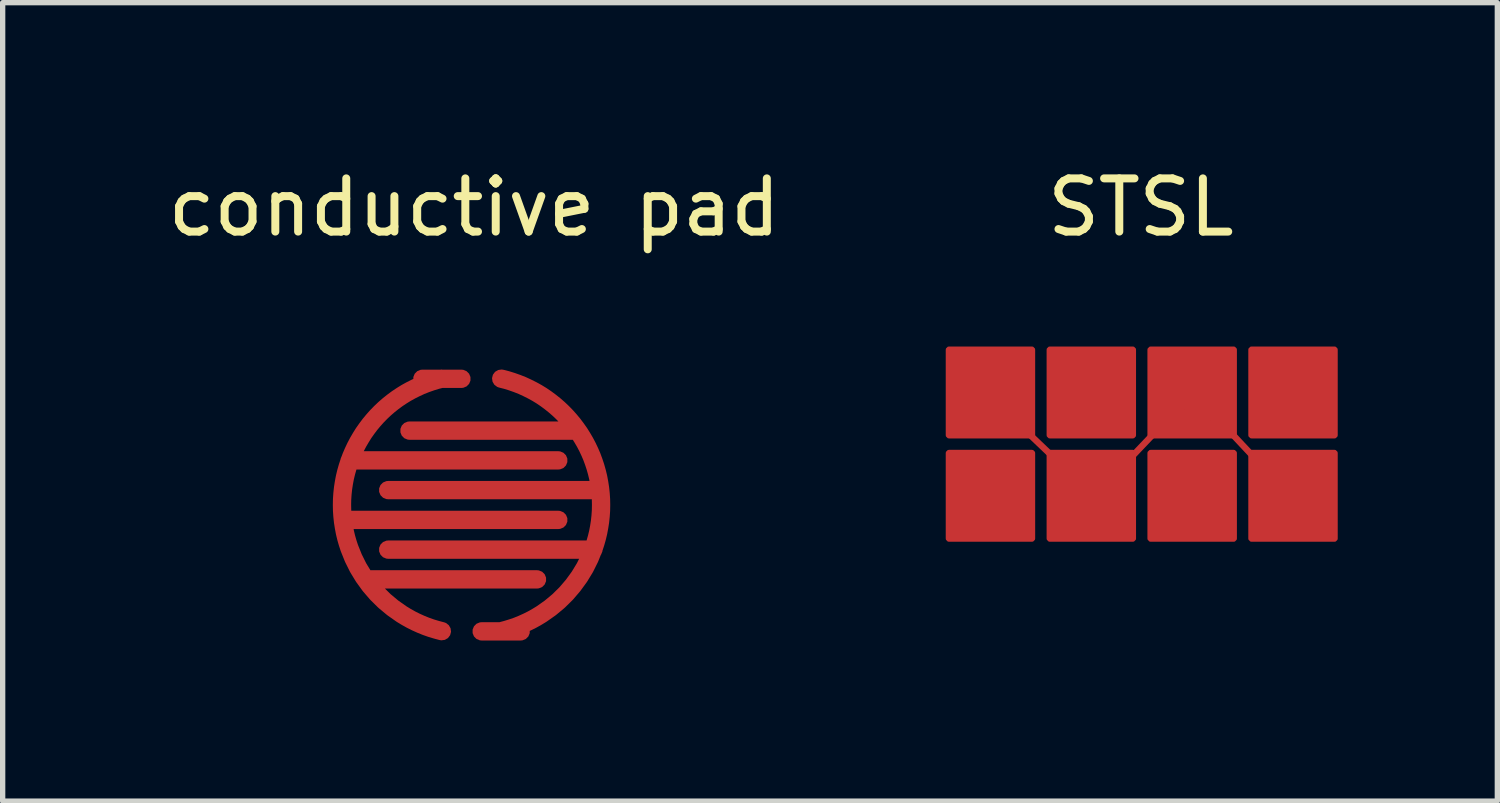
<source format=kicad_pcb>
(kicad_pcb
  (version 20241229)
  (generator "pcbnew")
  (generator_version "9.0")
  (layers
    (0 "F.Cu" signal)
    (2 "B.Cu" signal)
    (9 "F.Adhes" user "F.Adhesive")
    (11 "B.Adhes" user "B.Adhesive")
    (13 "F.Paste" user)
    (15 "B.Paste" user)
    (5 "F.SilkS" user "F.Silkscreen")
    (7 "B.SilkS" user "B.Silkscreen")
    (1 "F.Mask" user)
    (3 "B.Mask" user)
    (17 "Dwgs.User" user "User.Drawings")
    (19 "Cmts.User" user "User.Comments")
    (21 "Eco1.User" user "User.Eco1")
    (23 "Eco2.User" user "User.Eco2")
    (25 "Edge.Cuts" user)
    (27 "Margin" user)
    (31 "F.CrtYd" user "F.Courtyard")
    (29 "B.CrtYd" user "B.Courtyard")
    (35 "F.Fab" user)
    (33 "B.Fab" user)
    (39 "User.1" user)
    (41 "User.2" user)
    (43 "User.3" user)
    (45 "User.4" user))
  (footprint "STSL"
    (layer "F.Cu")
    (at 18.393 5.298)
    (property "Reference" "STSL" (at 0 -4.45 0) (unlocked yes) (layer "F.SilkS") (effects (font (size 1 1) (thickness 0.15))))
    (attr smd)
    (fp_rect (start -3.607 -1.775) (end 3.641 1.775) (stroke (width 0.12) (type solid)) (fill yes) (layer "F.Mask"))
    (pad "1" smd custom (at -2.85 -0.975) (size 0.962 0.962) (layers "F.Cu" "F.Mask" "F.Paste") (options (anchor circle)) (primitives (gr_poly (pts (xy 0.348 -0.463) (xy 0.426 -0.411) (xy 0.478 -0.333) (xy 0.496 -0.24) (xy 0.496 0.24) (xy 0.478 0.333) (xy 0.426 0.411) (xy 0.348 0.463) (xy 0.256 0.481) (xy -0.256 0.481) (xy -0.348 0.463) (xy -0.426 0.411) (xy -0.478 0.333) (xy -0.496 0.24) (xy -0.496 -0.24) (xy -0.478 -0.333) (xy -0.426 -0.411) (xy -0.348 -0.463) (xy -0.256 -0.481) (xy 0.256 -0.481)) (width 0) (fill yes)) (gr_rect (start -0.757 -0.8) (end 0.804 0.808) (width 0.12) (fill yes))))
    (pad "1" smd roundrect (at -1.9 0 135) (size 1.293 0.025) (layers "F.Cu" "F.Mask" "F.Paste") (roundrect_rratio 0.25))
    (pad "1" smd custom (at -0.95 0.975) (size 0.962 0.962) (layers "F.Cu" "F.Mask" "F.Paste") (options (anchor circle)) (primitives (gr_poly (pts (xy 0.348 -0.463) (xy 0.426 -0.411) (xy 0.478 -0.333) (xy 0.496 -0.24) (xy 0.496 0.24) (xy 0.478 0.333) (xy 0.426 0.411) (xy 0.348 0.463) (xy 0.256 0.481) (xy -0.256 0.481) (xy -0.348 0.463) (xy -0.426 0.411) (xy -0.478 0.333) (xy -0.496 0.24) (xy -0.496 -0.24) (xy -0.478 -0.333) (xy -0.426 -0.411) (xy -0.348 -0.463) (xy -0.256 -0.481) (xy 0.256 -0.481)) (width 0) (fill yes)) (gr_rect (start -0.761 -0.808) (end 0.8 0.8) (width 0.12) (fill yes))))
    (pad "1" smd roundrect (at 0 0.05 225) (size 1.293 0.025) (layers "F.Cu" "F.Mask" "F.Paste") (roundrect_rratio 0.25))
    (pad "1" smd custom (at 0.95 -0.975) (size 0.962 0.962) (layers "F.Cu" "F.Mask" "F.Paste") (options (anchor circle)) (primitives (gr_poly (pts (xy 0.348 -0.463) (xy 0.426 -0.411) (xy 0.478 -0.333) (xy 0.496 -0.24) (xy 0.496 0.24) (xy 0.478 0.333) (xy 0.426 0.411) (xy 0.348 0.463) (xy 0.256 0.481) (xy -0.256 0.481) (xy -0.348 0.463) (xy -0.426 0.411) (xy -0.478 0.333) (xy -0.496 0.24) (xy -0.496 -0.24) (xy -0.478 -0.333) (xy -0.426 -0.411) (xy -0.348 -0.463) (xy -0.256 -0.481) (xy 0.256 -0.481)) (width 0) (fill yes)) (gr_rect (start -0.766 -0.8) (end 0.796 0.808) (width 0.12) (fill yes))))
    (pad "1" smd custom (at 1.937 0.045 135) (size 0.025 0.025) (layers "F.Cu" "F.Mask" "F.Paste") (options (anchor circle)) (primitives (gr_poly (pts (xy -0.646 -0.006) (xy -0.646 -0.009) (xy -0.645 -0.011) (xy -0.643 -0.012) (xy -0.64 -0.013) (xy 0.64 -0.013) (xy 0.643 -0.012) (xy 0.645 -0.011) (xy 0.646 -0.009) (xy 0.646 -0.006) (xy 0.646 0.006) (xy 0.646 0.009) (xy 0.645 0.011) (xy 0.643 0.012) (xy 0.64 0.013) (xy -0.64 0.013) (xy -0.643 0.012) (xy -0.645 0.011) (xy -0.646 0.009) (xy -0.646 0.006)) (width 0) (fill yes)) (gr_line (start 0.712 0.023) (end -0.712 -0.023) (width 0.12)) (gr_line (start 1.384 -0.436) (end 0.712 0.023) (width 0.12)) (gr_line (start 1.348 -1.886) (end 1.384 -0.436) (width 0.12)) (gr_line (start 1.966 -2.664) (end 1.348 -1.886) (width 0.12)) (gr_line (start 3.524 -2.699) (end 1.966 -2.664) (width 0.12))))
    (pad "1" smd custom (at 2.85 0.975) (size 0.962 0.962) (layers "F.Cu" "F.Mask" "F.Paste") (options (anchor circle)) (primitives (gr_poly (pts (xy 0.348 -0.463) (xy 0.426 -0.411) (xy 0.478 -0.333) (xy 0.496 -0.24) (xy 0.496 0.24) (xy 0.478 0.333) (xy 0.426 0.411) (xy 0.348 0.463) (xy 0.256 0.481) (xy -0.256 0.481) (xy -0.348 0.463) (xy -0.426 0.411) (xy -0.478 0.333) (xy -0.496 0.24) (xy -0.496 -0.24) (xy -0.478 -0.333) (xy -0.426 -0.411) (xy -0.348 -0.463) (xy -0.256 -0.481) (xy 0.256 -0.481)) (width 0) (fill yes)) (gr_rect (start -0.77 -0.808) (end 0.791 0.8) (width 0.12) (fill yes))))
    (pad "2" smd custom (at -2.8 1.025) (size 0.962 0.962) (layers "F.Cu" "F.Mask" "F.Paste") (options (anchor circle)) (primitives (gr_poly (pts (xy 0.348 -0.463) (xy 0.426 -0.411) (xy 0.478 -0.333) (xy 0.496 -0.24) (xy 0.496 0.24) (xy 0.478 0.333) (xy 0.426 0.411) (xy 0.348 0.463) (xy 0.256 0.481) (xy -0.256 0.481) (xy -0.348 0.463) (xy -0.426 0.411) (xy -0.478 0.333) (xy -0.496 0.24) (xy -0.496 -0.24) (xy -0.478 -0.333) (xy -0.426 -0.411) (xy -0.348 -0.463) (xy -0.256 -0.481) (xy 0.256 -0.481)) (width 0) (fill yes)) (gr_rect (start -0.807 -0.858) (end 0.754 0.75) (width 0.12) (fill yes))))
    (pad "2" smd custom (at -0.95 -0.975) (size 0.962 0.962) (layers "F.Cu" "F.Mask" "F.Paste") (options (anchor circle)) (primitives (gr_poly (pts (xy 0.348 -0.463) (xy 0.426 -0.411) (xy 0.478 -0.333) (xy 0.496 -0.24) (xy 0.496 0.24) (xy 0.478 0.333) (xy 0.426 0.411) (xy 0.348 0.463) (xy 0.256 0.481) (xy -0.256 0.481) (xy -0.348 0.463) (xy -0.426 0.411) (xy -0.478 0.333) (xy -0.496 0.24) (xy -0.496 -0.24) (xy -0.478 -0.333) (xy -0.426 -0.411) (xy -0.348 -0.463) (xy -0.256 -0.481) (xy 0.256 -0.481)) (width 0) (fill yes)) (gr_rect (start -0.761 -0.8) (end 0.8 0.808) (width 0.12) (fill yes))))
    (pad "2" smd custom (at 0.95 0.975) (size 0.962 0.962) (layers "F.Cu" "F.Mask" "F.Paste") (options (anchor circle)) (primitives (gr_poly (pts (xy 0.348 -0.463) (xy 0.426 -0.411) (xy 0.478 -0.333) (xy 0.496 -0.24) (xy 0.496 0.24) (xy 0.478 0.333) (xy 0.426 0.411) (xy 0.348 0.463) (xy 0.256 0.481) (xy -0.256 0.481) (xy -0.348 0.463) (xy -0.426 0.411) (xy -0.478 0.333) (xy -0.496 0.24) (xy -0.496 -0.24) (xy -0.478 -0.333) (xy -0.426 -0.411) (xy -0.348 -0.463) (xy -0.256 -0.481) (xy 0.256 -0.481)) (width 0) (fill yes)) (gr_rect (start -0.766 -0.808) (end 0.796 0.8) (width 0.12) (fill yes))))
    (pad "2" smd custom (at 2.85 -0.975) (size 0.962 0.962) (layers "F.Cu" "F.Mask" "F.Paste") (options (anchor circle)) (primitives (gr_poly (pts (xy 0.348 -0.463) (xy 0.426 -0.411) (xy 0.478 -0.333) (xy 0.496 -0.24) (xy 0.496 0.24) (xy 0.478 0.333) (xy 0.426 0.411) (xy 0.348 0.463) (xy 0.256 0.481) (xy -0.256 0.481) (xy -0.348 0.463) (xy -0.426 0.411) (xy -0.478 0.333) (xy -0.496 0.24) (xy -0.496 -0.24) (xy -0.478 -0.333) (xy -0.426 -0.411) (xy -0.348 -0.463) (xy -0.256 -0.481) (xy 0.256 -0.481)) (width 0) (fill yes)) (gr_rect (start -0.77 -0.8) (end 0.791 0.808) (width 0.12) (fill yes))))
    (zone (net_name "") (layer "F.Cu") (hatch edge 0.508) (connect_pads) (min_thickness 0.254) (filled_areas_thickness no) (keepout (tracks allowed) (vias not_allowed) (pads not_allowed) (copperpour not_allowed) (footprints allowed)) (placement (enabled no)) (fill) (polygon (pts (xy 14.893 3.598) (xy 21.993 3.598) (xy 21.993 6.998) (xy 14.893 6.998)))))
  (footprint "conductive pad"
    (layer "F.Cu")
    (at 5.863 6.448)
    (property "Reference" "conductive pad" (at 0 -5.6 0) (unlocked yes) (layer "F.SilkS") (effects (font (size 1 1) (thickness 0.15))))
    (attr smd)
    (fp_circle (center -0.067 0) (end 2.433 0) (stroke (width 0.12) (type solid)) (fill yes) (layer "F.Mask"))
    (pad "1" smd custom (at -0.607 -2.381) (size 0.281 0.281) (layers "F.Cu" "F.Mask" "F.Paste") (options (anchor circle)) (primitives (gr_poly (pts (xy 0.292 -0.135) (xy 0.315 -0.12) (xy 0.33 -0.097) (xy 0.336 -0.07) (xy 0.336 0.07) (xy 0.33 0.097) (xy 0.315 0.12) (xy 0.292 0.135) (xy 0.266 0.141) (xy -0.266 0.141) (xy -0.292 0.135) (xy -0.315 0.12) (xy -0.33 0.097) (xy -0.336 0.07) (xy -0.336 -0.07) (xy -0.33 -0.097) (xy -0.315 -0.12) (xy -0.292 -0.135) (xy -0.266 -0.141) (xy 0.266 -0.141)) (width 0) (fill yes)) (gr_line (start 0 0) (end -0.102 0.026) (width 0.344)) (gr_line (start -0.102 0.026) (end -0.202 0.057) (width 0.344)) (gr_line (start -0.202 0.057) (end -0.301 0.092) (width 0.344)) (gr_line (start -0.301 0.092) (end -0.397 0.13) (width 0.344)) (gr_line (start -0.397 0.13) (end -0.49 0.173) (width 0.344)) (gr_line (start -0.49 0.173) (end -0.582 0.219) (width 0.344)) (gr_line (start -0.582 0.219) (end -0.671 0.268) (width 0.344)) (gr_line (start -0.671 0.268) (end -0.758 0.322) (width 0.344)) (gr_line (start -0.758 0.322) (end -0.842 0.378) (width 0.344)) (gr_line (start -0.842 0.378) (end -0.923 0.438) (width 0.344)) (gr_line (start -0.923 0.438) (end -1.002 0.501) (width 0.344)) (gr_line (start -1.002 0.501) (end -1.078 0.567) (width 0.344)) (gr_line (start -1.078 0.567) (end -1.151 0.636) (width 0.344)) (gr_line (start -1.151 0.636) (end -1.221 0.708) (width 0.344)) (gr_line (start -1.221 0.708) (end -1.288 0.783) (width 0.344)) (gr_line (start -1.288 0.783) (end -1.352 0.86) (width 0.344)) (gr_line (start -1.352 0.86) (end -1.412 0.94) (width 0.344)) (gr_line (start -1.412 0.94) (end -1.47 1.022) (width 0.344)) (gr_line (start -1.47 1.022) (end -1.523 1.107) (width 0.344)) (gr_line (start -1.523 1.107) (end -1.574 1.194) (width 0.344)) (gr_line (start -1.574 1.194) (end -1.621 1.283) (width 0.344)) (gr_line (start -1.621 1.283) (end -1.664 1.374) (width 0.344)) (gr_line (start -1.664 1.374) (end -1.704 1.467) (width 0.344)) (gr_line (start -1.704 1.467) (end -1.739 1.562) (width 0.344)) (gr_line (start -1.739 1.562) (end -1.771 1.659) (width 0.344)) (gr_line (start -1.771 1.659) (end -1.799 1.757) (width 0.344)) (gr_line (start -1.799 1.757) (end -1.823 1.856) (width 0.344)) (gr_line (start -1.823 1.856) (end -1.842 1.957) (width 0.344)) (gr_line (start -1.842 1.957) (end -1.858 2.06) (width 0.344)) (gr_line (start -1.858 2.06) (end -1.869 2.163) (width 0.344)) (gr_line (start -1.869 2.163) (end -1.876 2.268) (width 0.344)) (gr_line (start -1.876 2.268) (end -1.878 2.373) (width 0.344)) (gr_line (start -1.878 2.373) (end -1.878 2.373) (width 0.344)) (gr_line (start -1.878 2.373) (end -1.876 2.479) (width 0.344)) (gr_line (start -1.876 2.479) (end -1.869 2.583) (width 0.344)) (gr_line (start -1.869 2.583) (end -1.858 2.687) (width 0.344)) (gr_line (start -1.858 2.687) (end -1.842 2.789) (width 0.344)) (gr_line (start -1.842 2.789) (end -1.823 2.89) (width 0.344)) (gr_line (start -1.823 2.89) (end -1.799 2.99) (width 0.344)) (gr_line (start -1.799 2.99) (end -1.771 3.088) (width 0.344)) (gr_line (start -1.771 3.088) (end -1.739 3.185) (width 0.344)) (gr_line (start -1.739 3.185) (end -1.664 3.372) (width 0.344)) (gr_line (start -1.664 3.372) (end -1.574 3.553) (width 0.344)) (gr_line (start -1.574 3.553) (end -1.47 3.724) (width 0.344)) (gr_line (start -1.47 3.724) (end -1.352 3.887) (width 0.344)) (gr_line (start -1.352 3.887) (end -1.221 4.039) (width 0.344)) (gr_line (start -1.221 4.039) (end -1.078 4.18) (width 0.344)) (gr_line (start -1.078 4.18) (end -0.923 4.309) (width 0.344)) (gr_line (start -0.923 4.309) (end -0.758 4.425) (width 0.344)) (gr_line (start -0.758 4.425) (end -0.671 4.478) (width 0.344)) (gr_line (start -0.671 4.478) (end -0.582 4.528) (width 0.344)) (gr_line (start -0.582 4.528) (end -0.49 4.574) (width 0.344)) (gr_line (start -0.49 4.574) (end -0.397 4.616) (width 0.344)) (gr_line (start -0.397 4.616) (end -0.301 4.655) (width 0.344)) (gr_line (start -0.301 4.655) (end -0.202 4.69) (width 0.344)) (gr_line (start -0.202 4.69) (end -0.102 4.72) (width 0.344)) (gr_line (start -0.102 4.72) (end 0 4.747) (width 0.344)) (gr_line (start -0.368 0.003) (end 0.368 0.003) (width 0.344)) (gr_line (start -1.816 2.655) (end 2.189 2.655) (width 0.344)) (gr_line (start -1.734 1.536) (end 2.189 1.536) (width 0.344)) (gr_line (start -1.335 3.773) (end 1.789 3.773) (width 0.344))))
    (pad "2" smd custom (at 0.507 2.369) (size 0.262 0.262) (layers "F.Cu" "F.Mask" "F.Paste") (options (anchor circle)) (primitives (gr_poly (pts (xy 0.231 -0.126) (xy 0.252 -0.112) (xy 0.267 -0.091) (xy 0.272 -0.066) (xy 0.272 0.066) (xy 0.267 0.091) (xy 0.252 0.112) (xy 0.231 0.126) (xy 0.206 0.131) (xy -0.206 0.131) (xy -0.231 0.126) (xy -0.252 0.112) (xy -0.267 0.091) (xy -0.272 0.066) (xy -0.272 -0.066) (xy -0.267 -0.091) (xy -0.252 -0.112) (xy -0.231 -0.126) (xy -0.206 -0.131) (xy 0.206 -0.131)) (width 0) (fill yes)) (gr_line (start 0.49 -0.176) (end 0.397 -0.134) (width 0.344)) (gr_line (start 0.923 -0.441) (end 0.758 -0.325) (width 0.344)) (gr_line (start 1.221 -0.711) (end 1.078 -0.57) (width 0.344)) (gr_line (start 1.47 -1.026) (end 1.352 -0.864) (width 0.344)) (gr_line (start 1.664 -1.378) (end 1.574 -1.197) (width 0.344)) (gr_line (start 1.799 -1.76) (end 1.771 -1.662) (width 0.344)) (gr_line (start 1.869 -2.167) (end 1.858 -2.063) (width 0.344)) (gr_line (start 1.869 -2.587) (end 1.876 -2.482) (width 0.344)) (gr_line (start 1.799 -2.993) (end 1.823 -2.894) (width 0.344)) (gr_line (start 1.664 -3.376) (end 1.704 -3.283) (width 0.344)) (gr_line (start 1.47 -3.728) (end 1.523 -3.643) (width 0.344)) (gr_line (start 1.221 -4.042) (end 1.288 -3.967) (width 0.344)) (gr_line (start 0.923 -4.312) (end 1.002 -4.249) (width 0.344)) (gr_line (start 0.582 -4.531) (end 0.671 -4.482) (width 0.344)) (gr_line (start 0.202 -4.693) (end 0.301 -4.658) (width 0.344)) (gr_line (start 0.000001 -4.75) (end 0.102 -4.724) (width 0.344)) (gr_line (start 0.102 -4.724) (end 0.202 -4.693) (width 0.344)) (gr_line (start 0.301 -4.658) (end 0.397 -4.62) (width 0.344)) (gr_line (start 0.397 -4.62) (end 0.49 -4.577) (width 0.344)) (gr_line (start 0.49 -4.577) (end 0.582 -4.531) (width 0.344)) (gr_line (start 0.671 -4.482) (end 0.758 -4.429) (width 0.344)) (gr_line (start 0.758 -4.429) (end 0.842 -4.372) (width 0.344)) (gr_line (start 0.842 -4.372) (end 0.923 -4.312) (width 0.344)) (gr_line (start 1.002 -4.249) (end 1.078 -4.183) (width 0.344)) (gr_line (start 1.078 -4.183) (end 1.151 -4.114) (width 0.344)) (gr_line (start 1.151 -4.114) (end 1.221 -4.042) (width 0.344)) (gr_line (start 1.288 -3.967) (end 1.352 -3.89) (width 0.344)) (gr_line (start 1.352 -3.89) (end 1.412 -3.81) (width 0.344)) (gr_line (start 1.412 -3.81) (end 1.47 -3.728) (width 0.344)) (gr_line (start 1.523 -3.643) (end 1.574 -3.556) (width 0.344)) (gr_line (start -1.725 -3.773) (end 1.434 -3.773) (width 0.344)) (gr_line (start 1.574 -3.556) (end 1.621 -3.467) (width 0.344)) (gr_line (start 1.621 -3.467) (end 1.664 -3.376) (width 0.344)) (gr_line (start 1.704 -3.283) (end 1.739 -3.188) (width 0.344)) (gr_line (start 1.739 -3.188) (end 1.771 -3.092) (width 0.344)) (gr_line (start 1.771 -3.092) (end 1.799 -2.993) (width 0.344)) (gr_line (start 1.823 -2.894) (end 1.842 -2.793) (width 0.344)) (gr_line (start 1.842 -2.793) (end 1.858 -2.69) (width 0.344)) (gr_line (start 1.858 -2.69) (end 1.869 -2.587) (width 0.344)) (gr_line (start 1.876 -2.482) (end 1.878 -2.377) (width 0.344)) (gr_line (start 1.878 -2.377) (end 1.878 -2.377) (width 0.344)) (gr_line (start -2.125 -2.655) (end 1.816 -2.655) (width 0.344)) (gr_line (start 1.878 -2.377) (end 1.876 -2.271) (width 0.344)) (gr_line (start 1.876 -2.271) (end 1.869 -2.167) (width 0.344)) (gr_line (start 1.858 -2.063) (end 1.842 -1.961) (width 0.344)) (gr_line (start 1.842 -1.961) (end 1.823 -1.86) (width 0.344)) (gr_line (start 1.823 -1.86) (end 1.799 -1.76) (width 0.344)) (gr_line (start 1.771 -1.662) (end 1.739 -1.565) (width 0.344)) (gr_line (start 1.739 -1.565) (end 1.664 -1.378) (width 0.344)) (gr_line (start -2.125 -1.536) (end 1.734 -1.536) (width 0.344)) (gr_line (start 1.574 -1.197) (end 1.47 -1.026) (width 0.344)) (gr_line (start 1.352 -0.864) (end 1.221 -0.711) (width 0.344)) (gr_line (start 1.078 -0.57) (end 0.923 -0.441) (width 0.344)) (gr_line (start 0.758 -0.325) (end 0.671 -0.272) (width 0.344)) (gr_line (start 0.671 -0.272) (end 0.582 -0.222) (width 0.344)) (gr_line (start 0.582 -0.222) (end 0.49 -0.176) (width 0.344)) (gr_line (start 0.397 -0.134) (end 0.301 -0.095) (width 0.344)) (gr_line (start 0.301 -0.095) (end 0.202 -0.061) (width 0.344)) (gr_line (start 0.202 -0.061) (end 0.102 -0.03) (width 0.344)) (gr_line (start 0.102 -0.03) (end 0.000001 -0.003) (width 0.344)) (gr_line (start -0.368 0) (end 0.368 0) (width 0.344))))
    (zone (net_name "") (layer "F.Cu") (hatch edge 0.508) (connect_pads) (min_thickness 0.254) (filled_areas_thickness no) (keepout (tracks allowed) (vias not_allowed) (pads not_allowed) (copperpour not_allowed) (footprints allowed)) (placement (enabled no)) (fill) (polygon (pts (xy 8.288 6.443) (xy 8.269 6.132) (xy 8.211 5.827) (xy 8.114 5.531) (xy 7.982 5.25) (xy 7.816 4.988) (xy 7.617 4.748) (xy 7.391 4.535) (xy 7.139 4.353) (xy 6.867 4.203) (xy 6.578 4.089) (xy 6.277 4.011) (xy 5.968 3.972) (xy 5.963 4.243) (xy 5.396 4.248) (xy 5.062 4.248) (xy 4.888 4.243) (xy 4.487 4.353) (xy 4.235 4.535) (xy 4.009 4.748) (xy 3.811 4.988) (xy 3.644 5.25) (xy 3.512 5.531) (xy 3.416 5.827) (xy 3.357 6.132) (xy 3.338 6.443) (xy 3.357 6.753) (xy 3.416 7.058) (xy 3.512 7.354) (xy 3.644 7.635) (xy 3.811 7.897) (xy 4.009 8.137) (xy 4.235 8.35) (xy 4.487 8.532) (xy 4.759 8.682) (xy 5.048 8.797) (xy 5.349 8.874) (xy 5.658 8.913) (xy 5.969 8.913) (xy 6.277 8.874) (xy 6.578 8.797) (xy 6.867 8.682) (xy 7.139 8.532) (xy 7.391 8.35) (xy 7.617 8.137) (xy 7.816 7.897) (xy 7.982 7.635) (xy 8.114 7.354) (xy 8.211 7.058) (xy 8.269 6.753)))))
  (gr_rect
    (start -3 -3)
    (end 25.094 12.008)
    (stroke (width 0.1) (type default))
    (fill no)
    (layer "Edge.Cuts")))
</source>
